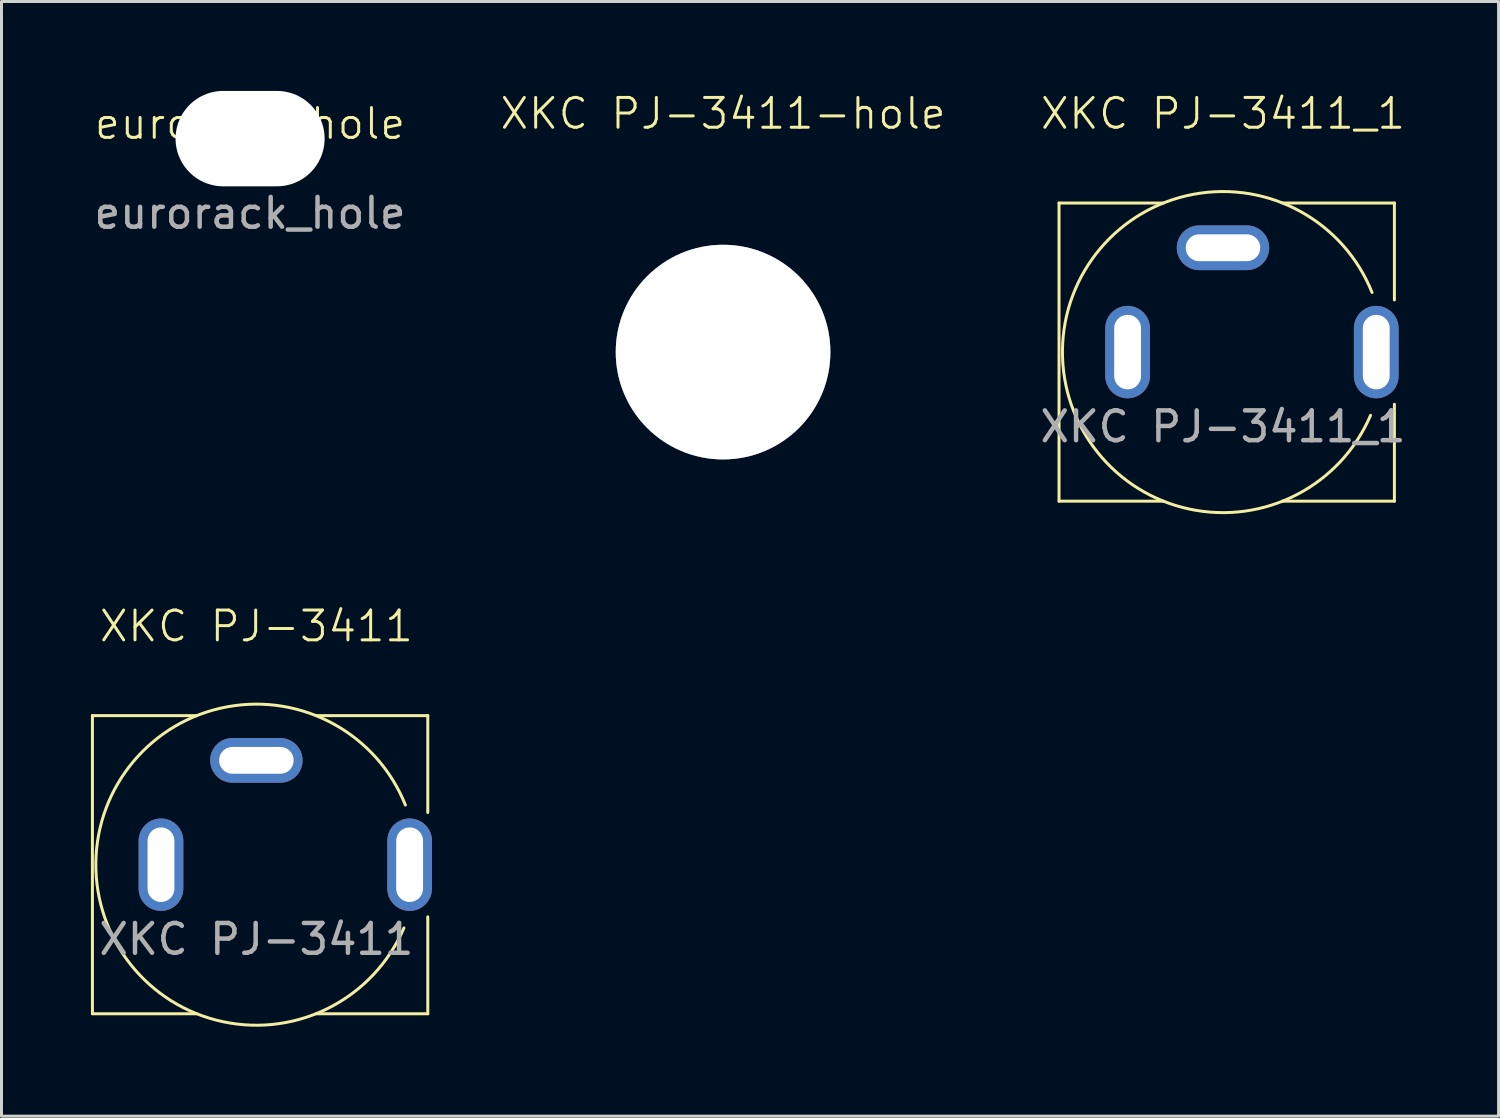
<source format=kicad_pcb>
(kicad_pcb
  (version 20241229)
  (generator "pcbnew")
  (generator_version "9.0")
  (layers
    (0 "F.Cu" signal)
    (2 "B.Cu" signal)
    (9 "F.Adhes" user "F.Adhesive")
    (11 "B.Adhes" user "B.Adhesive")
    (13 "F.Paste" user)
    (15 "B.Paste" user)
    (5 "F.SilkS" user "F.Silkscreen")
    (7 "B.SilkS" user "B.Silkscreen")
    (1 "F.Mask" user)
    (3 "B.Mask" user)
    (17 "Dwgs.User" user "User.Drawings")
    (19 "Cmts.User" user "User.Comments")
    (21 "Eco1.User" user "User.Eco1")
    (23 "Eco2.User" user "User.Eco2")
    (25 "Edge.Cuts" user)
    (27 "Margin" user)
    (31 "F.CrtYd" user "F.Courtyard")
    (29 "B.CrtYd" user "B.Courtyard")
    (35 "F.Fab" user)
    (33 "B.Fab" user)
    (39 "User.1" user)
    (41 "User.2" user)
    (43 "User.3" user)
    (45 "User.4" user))
  (footprint "XKC PJ-3411"
    (layer "F.Cu")
    (at 5.55 25.956)
    (property "Reference" "XKC PJ-3411" (at 0 -8 0) (unlocked yes) (layer "F.SilkS") (effects (font (size 1 1) (thickness 0.1))))
    (attr smd)
    (fp_line (start -5.5 -5) (end -2 -5) (stroke (width 0.1) (type default)) (layer "F.SilkS"))
    (fp_line (start -5.5 5) (end -5.5 -5) (stroke (width 0.1) (type default)) (layer "F.SilkS"))
    (fp_line (start -5.5 5) (end -2 5) (stroke (width 0.1) (type default)) (layer "F.SilkS"))
    (fp_line (start 5.75 -5) (end 2 -5) (stroke (width 0.1) (type default)) (layer "F.SilkS"))
    (fp_line (start 5.75 -5) (end 5.75 -1.75) (stroke (width 0.1) (type default)) (layer "F.SilkS"))
    (fp_line (start 5.75 1.75) (end 5.75 5) (stroke (width 0.1) (type default)) (layer "F.SilkS"))
    (fp_line (start 5.75 5) (end 2 5) (stroke (width 0.1) (type default)) (layer "F.SilkS"))
    (fp_arc (start 4.949747 2.12132) (mid -5.384764 -0.065658) (end 4.999999 -2) (stroke (width 0.1) (type default)) (layer "F.SilkS"))
    (fp_text user "${REFERENCE}" (at 0 2.5 0) (unlocked yes) (layer "F.Fab") (effects (font (size 1 1) (thickness 0.15))))
    (pad "R" thru_hole oval (at -3.2 0 180) (size 1.5 3.1) (drill oval 0.9 2.5) (layers "*.Cu" "*.Mask"))
    (pad "S" thru_hole oval (at 0 -3.5 90) (size 1.5 3.1) (drill oval 0.9 2.5) (layers "*.Cu" "*.Mask"))
    (pad "T" thru_hole oval (at 5.141 0 180) (size 1.5 3.1) (drill oval 0.9 2.5) (layers "*.Cu" "*.Mask")))
  (footprint "eurorack_hole"
    (layer "F.Cu")
    (at 5.339 1.6)
    (property "Reference" "eurorack_hole" (at 0 -0.5 0) (unlocked yes) (layer "F.SilkS") (effects (font (size 1 1) (thickness 0.1))))
    (attr smd)
    (fp_text user "${REFERENCE}" (at 0 2.5 0) (unlocked yes) (layer "F.Fab") (effects (font (size 1 1) (thickness 0.15))))
    (pad "" np_thru_hole oval (at 0 0) (size 5 3.2) (drill oval 5 3.2) (layers "*.Cu" "*.Mask")))
  (footprint "XKC PJ-3411_1"
    (layer "F.Cu")
    (at 37.975 8.761)
    (property "Reference" "XKC PJ-3411_1" (at 0 -8 0) (unlocked yes) (layer "F.SilkS") (effects (font (size 1 1) (thickness 0.1))))
    (attr smd)
    (fp_line (start -5.5 -5) (end -2 -5) (stroke (width 0.1) (type default)) (layer "F.SilkS"))
    (fp_line (start -5.5 5) (end -5.5 -5) (stroke (width 0.1) (type default)) (layer "F.SilkS"))
    (fp_line (start -5.5 5) (end -2 5) (stroke (width 0.1) (type default)) (layer "F.SilkS"))
    (fp_line (start 5.75 -5) (end 2 -5) (stroke (width 0.1) (type default)) (layer "F.SilkS"))
    (fp_line (start 5.75 -5) (end 5.75 -1.75) (stroke (width 0.1) (type default)) (layer "F.SilkS"))
    (fp_line (start 5.75 1.75) (end 5.75 5) (stroke (width 0.1) (type default)) (layer "F.SilkS"))
    (fp_line (start 5.75 5) (end 2 5) (stroke (width 0.1) (type default)) (layer "F.SilkS"))
    (fp_arc (start 4.949747 2.12132) (mid -5.384764 -0.065658) (end 4.999999 -2) (stroke (width 0.1) (type default)) (layer "F.SilkS"))
    (fp_text user "${REFERENCE}" (at 0 2.5 0) (unlocked yes) (layer "F.Fab") (effects (font (size 1 1) (thickness 0.15))))
    (pad "R" thru_hole oval (at -3.2 0 180) (size 1.5 3.1) (drill oval 0.9 2.5) (layers "*.Cu" "*.Mask"))
    (pad "S" thru_hole oval (at 0 -3.5 90) (size 1.5 3.1) (drill oval 0.9 2.5) (layers "*.Cu" "*.Mask"))
    (pad "T" thru_hole oval (at 5.141 0 180) (size 1.5 3.1) (drill oval 0.9 2.5) (layers "*.Cu" "*.Mask")))
  (footprint "XKC PJ-3411-hole"
    (layer "F.Cu")
    (at 21.205 8.761)
    (property "Reference" "XKC PJ-3411-hole" (at 0 -8 0) (unlocked yes) (layer "F.SilkS") (effects (font (size 1 1) (thickness 0.1))))
    (attr smd)
    (pad "1" thru_hole circle (at 0 0) (size 7.2 7.2) (drill 7.2) (layers "*.Cu" "*.Mask")))
  (gr_rect
    (start -3 -3)
    (end 47.219 34.391)
    (stroke (width 0.1) (type default))
    (fill no)
    (layer "Edge.Cuts")))
</source>
